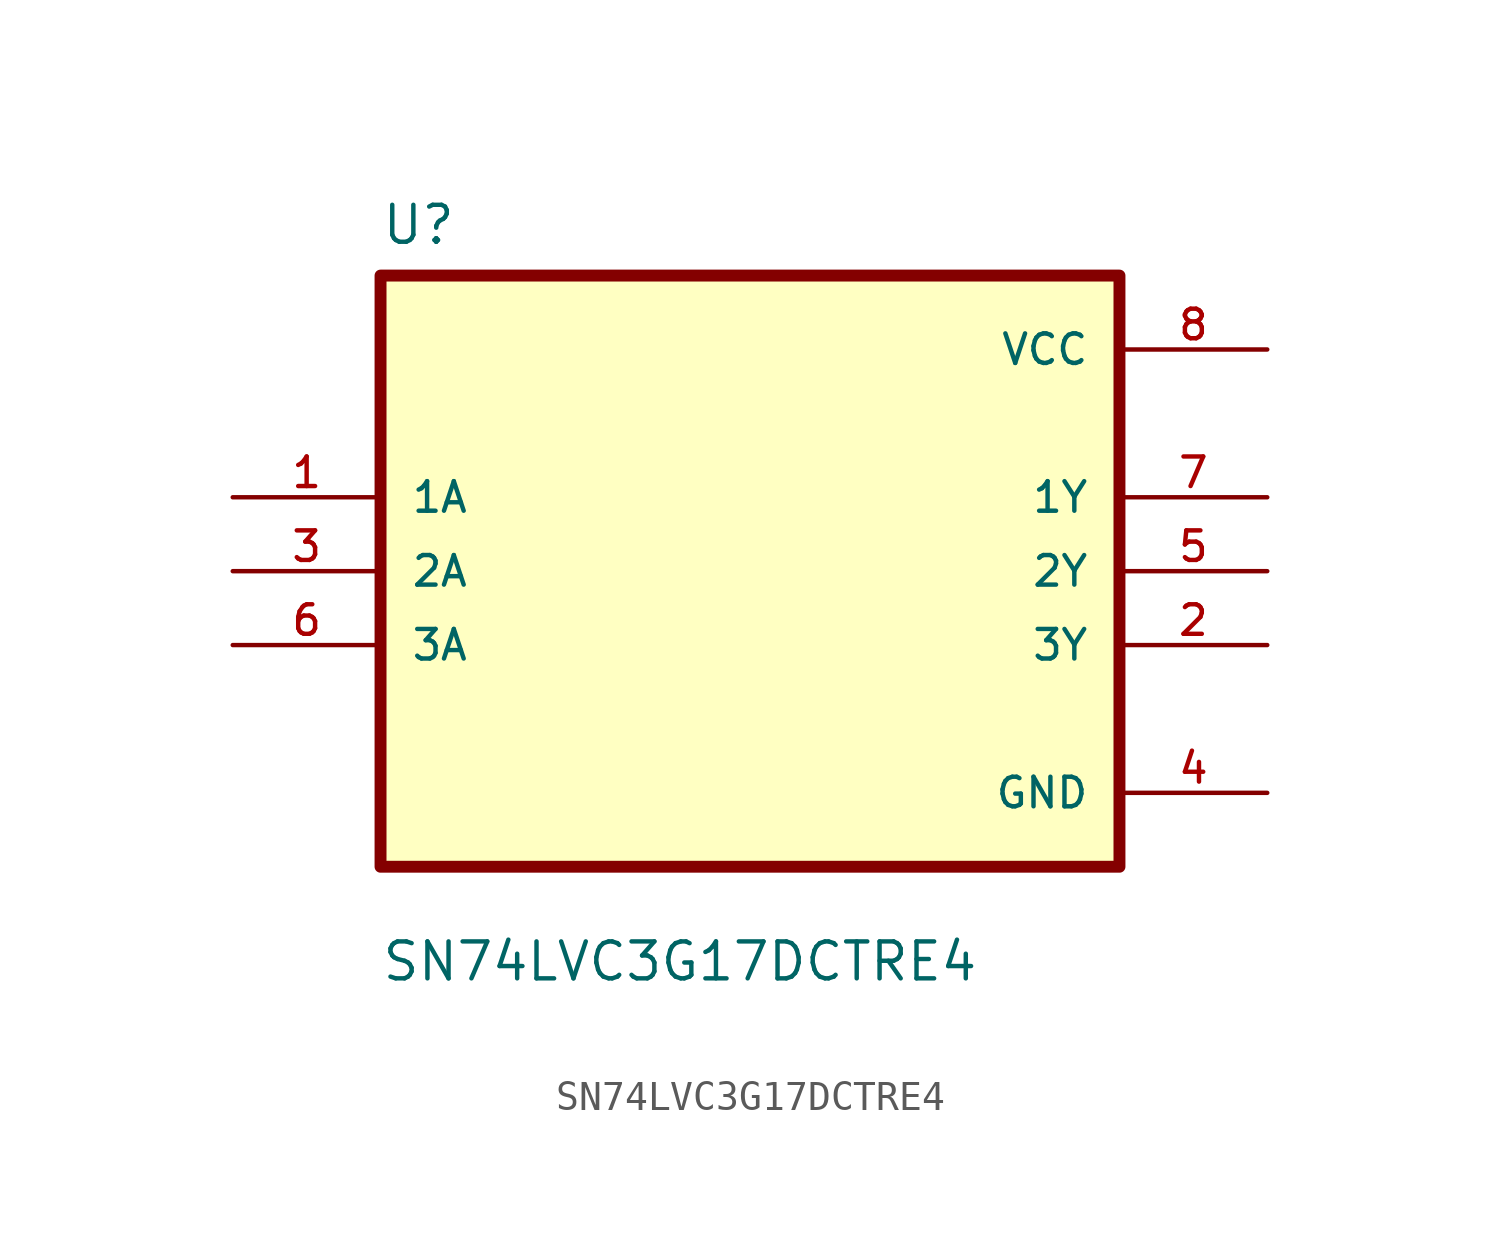
<source format=kicad_sym>
(kicad_symbol_lib
  (version 20241209)
  (generator "kicad_symbol_editor")
  (generator_version "9.0")
  (symbol "SN74LVC3G17DCTRE4"
    (pin_names
      (offset 1.016))
    (property "Reference" "U"
      (at -12.7 11.16 0)
      (effects (font (size 1.27 1.27)) (justify left bottom)))
    (property "Value" "SN74LVC3G17DCTRE4"
      (at -12.7 -14.16 0)
      (effects (font (size 1.27 1.27)) (justify left bottom)))
    (symbol "SN74LVC3G17DCTRE4_0_0"
      (rectangle (start -12.7 -10.16) (end 12.7 10.16) (stroke (width 0.41) (type default)) (fill (type background)))
      (pin input line (at -17.78 2.54 0) (length 5.08) (name "1A" (effects (font (size 1.016 1.016)))) (number "1" (effects (font (size 1.016 1.016)))))
      (pin input line (at -17.78 0 0) (length 5.08) (name "2A" (effects (font (size 1.016 1.016)))) (number "3" (effects (font (size 1.016 1.016)))))
      (pin input line (at -17.78 -2.54 0) (length 5.08) (name "3A" (effects (font (size 1.016 1.016)))) (number "6" (effects (font (size 1.016 1.016)))))
      (pin power_in line (at 17.78 7.62 180) (length 5.08) (name "VCC" (effects (font (size 1.016 1.016)))) (number "8" (effects (font (size 1.016 1.016)))))
      (pin output line (at 17.78 2.54 180) (length 5.08) (name "1Y" (effects (font (size 1.016 1.016)))) (number "7" (effects (font (size 1.016 1.016)))))
      (pin output line (at 17.78 0 180) (length 5.08) (name "2Y" (effects (font (size 1.016 1.016)))) (number "5" (effects (font (size 1.016 1.016)))))
      (pin output line (at 17.78 -2.54 180) (length 5.08) (name "3Y" (effects (font (size 1.016 1.016)))) (number "2" (effects (font (size 1.016 1.016)))))
      (pin power_in line (at 17.78 -7.62 180) (length 5.08) (name "GND" (effects (font (size 1.016 1.016)))) (number "4" (effects (font (size 1.016 1.016))))))))
</source>
